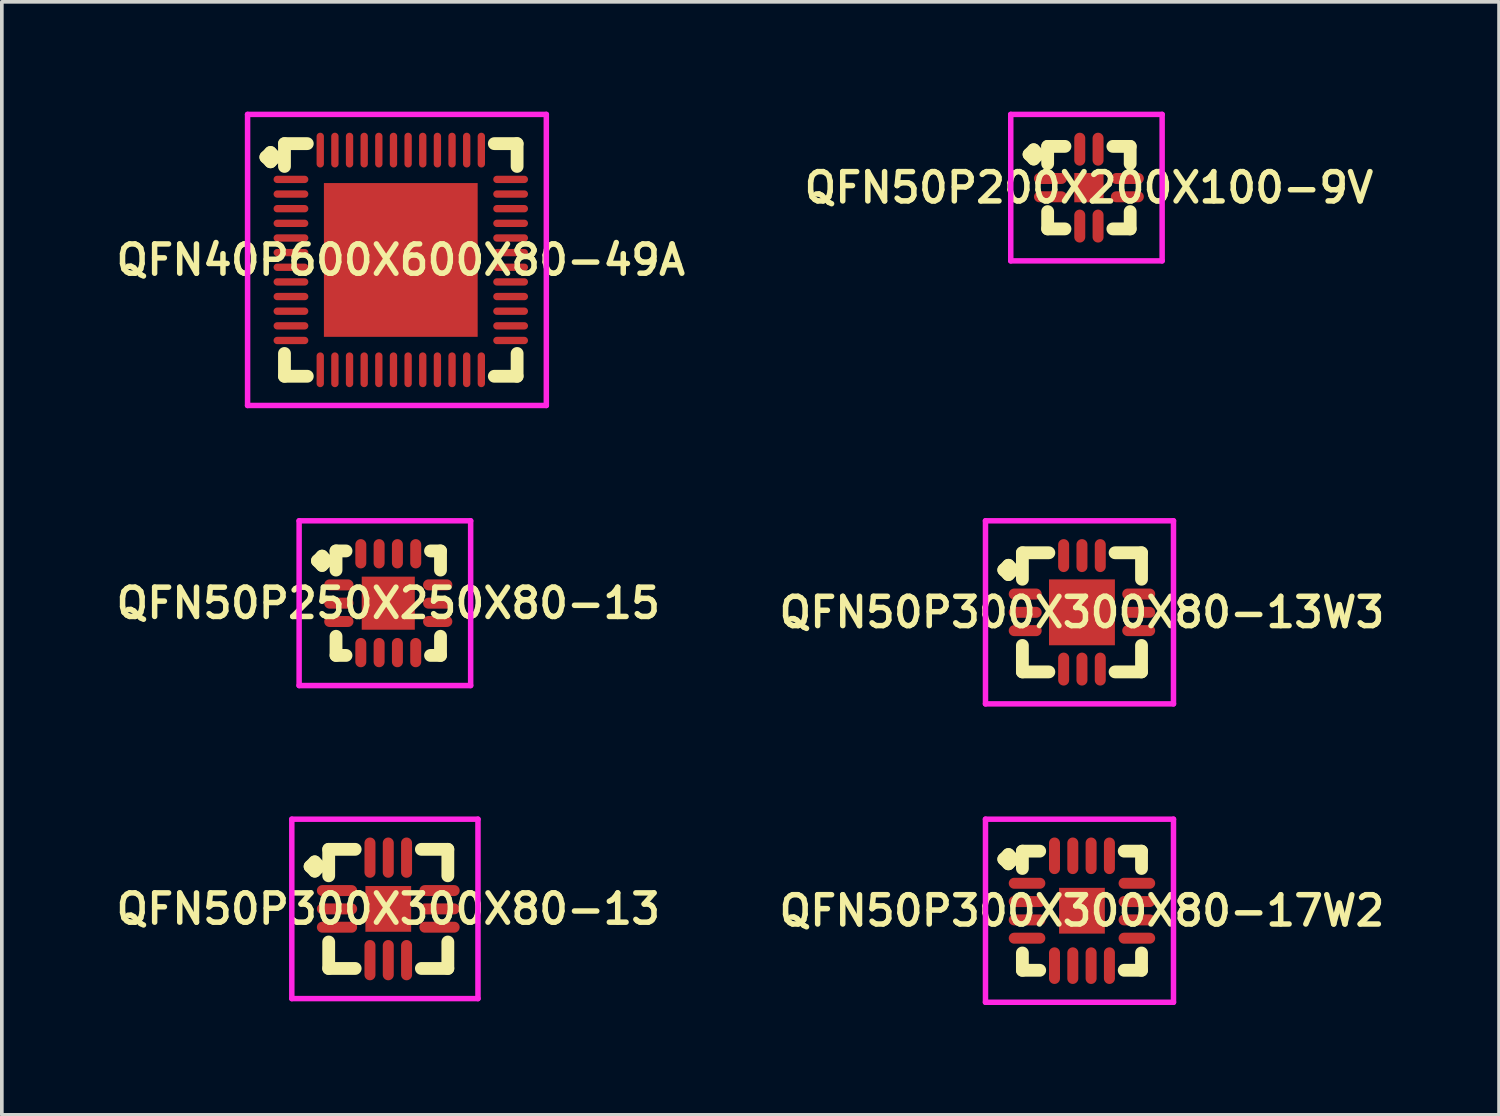
<source format=kicad_pcb>
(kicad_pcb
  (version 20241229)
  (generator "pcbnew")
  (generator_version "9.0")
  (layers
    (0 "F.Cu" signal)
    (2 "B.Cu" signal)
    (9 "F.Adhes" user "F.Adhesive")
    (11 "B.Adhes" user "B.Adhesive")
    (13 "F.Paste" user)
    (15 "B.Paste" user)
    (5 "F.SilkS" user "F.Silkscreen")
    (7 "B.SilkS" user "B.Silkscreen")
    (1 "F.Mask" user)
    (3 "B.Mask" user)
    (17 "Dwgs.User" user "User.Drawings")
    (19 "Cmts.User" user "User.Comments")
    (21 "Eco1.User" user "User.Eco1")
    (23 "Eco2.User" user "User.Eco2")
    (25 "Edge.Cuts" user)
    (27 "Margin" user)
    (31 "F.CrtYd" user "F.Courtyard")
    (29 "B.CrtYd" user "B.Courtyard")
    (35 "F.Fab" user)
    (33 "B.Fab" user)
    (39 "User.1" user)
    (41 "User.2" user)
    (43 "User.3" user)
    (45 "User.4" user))
  (footprint "QFN50P300X300X80-13W3"
    (layer "F.Cu")
    (at 26.502 13.675)
    (property "Reference" "QFN50P300X300X80-13W3" (at 0 0 0) (layer "F.SilkS") (effects (font (size 0.8 0.8) (thickness 0.15))))
    (attr smd)
    (fp_line (start -2.135 -1.158) (end -2.008 -1.285) (stroke (width 0.35) (type solid)) (layer "F.SilkS"))
    (fp_line (start -2.008 -1.285) (end -1.881 -1.158) (stroke (width 0.35) (type solid)) (layer "F.SilkS"))
    (fp_line (start -2.008 -1.031) (end -2.135 -1.158) (stroke (width 0.35) (type solid)) (layer "F.SilkS"))
    (fp_line (start -1.881 -1.158) (end -2.008 -1.031) (stroke (width 0.35) (type solid)) (layer "F.SilkS"))
    (fp_line (start -1.627 -1.627) (end -0.904 -1.627) (stroke (width 0.35) (type solid)) (layer "F.SilkS"))
    (fp_line (start -1.627 -0.904) (end -1.627 -1.627) (stroke (width 0.35) (type solid)) (layer "F.SilkS"))
    (fp_line (start -1.627 0.904) (end -1.627 1.627) (stroke (width 0.35) (type solid)) (layer "F.SilkS"))
    (fp_line (start -1.627 1.627) (end -0.904 1.627) (stroke (width 0.35) (type solid)) (layer "F.SilkS"))
    (fp_line (start 0.904 -1.627) (end 1.627 -1.627) (stroke (width 0.35) (type solid)) (layer "F.SilkS"))
    (fp_line (start 0.904 1.627) (end 1.627 1.627) (stroke (width 0.35) (type solid)) (layer "F.SilkS"))
    (fp_line (start 1.627 -1.627) (end 1.627 -0.904) (stroke (width 0.35) (type solid)) (layer "F.SilkS"))
    (fp_line (start 1.627 1.627) (end 1.627 0.904) (stroke (width 0.35) (type solid)) (layer "F.SilkS"))
    (fp_line (start -2.635 -2.5) (end 2.5 -2.5) (stroke (width 0.15) (type solid)) (layer "F.CrtYd"))
    (fp_line (start -2.635 2.5) (end -2.635 -2.5) (stroke (width 0.15) (type solid)) (layer "F.CrtYd"))
    (fp_line (start 2.5 -2.5) (end 2.5 2.5) (stroke (width 0.15) (type solid)) (layer "F.CrtYd"))
    (fp_line (start 2.5 2.5) (end -2.635 2.5) (stroke (width 0.15) (type solid)) (layer "F.CrtYd"))
    (pad "1" smd oval (at -1.55 -0.5) (size 0.9 0.3) (layers "F.Cu" "F.Mask" "F.Paste"))
    (pad "2" smd oval (at -1.55 0) (size 0.9 0.3) (layers "F.Cu" "F.Mask" "F.Paste"))
    (pad "3" smd oval (at -1.55 0.5) (size 0.9 0.3) (layers "F.Cu" "F.Mask" "F.Paste"))
    (pad "4" smd oval (at -0.5 1.55) (size 0.3 0.9) (layers "F.Cu" "F.Mask" "F.Paste"))
    (pad "5" smd oval (at 0 1.55) (size 0.3 0.9) (layers "F.Cu" "F.Mask" "F.Paste"))
    (pad "6" smd oval (at 0.5 1.55) (size 0.3 0.9) (layers "F.Cu" "F.Mask" "F.Paste"))
    (pad "7" smd oval (at 1.55 0.5) (size 0.9 0.3) (layers "F.Cu" "F.Mask" "F.Paste"))
    (pad "8" smd oval (at 1.55 0) (size 0.9 0.3) (layers "F.Cu" "F.Mask" "F.Paste"))
    (pad "9" smd oval (at 1.55 -0.5) (size 0.9 0.3) (layers "F.Cu" "F.Mask" "F.Paste"))
    (pad "10" smd oval (at 0.5 -1.55) (size 0.3 0.9) (layers "F.Cu" "F.Mask" "F.Paste"))
    (pad "11" smd oval (at 0 -1.55) (size 0.3 0.9) (layers "F.Cu" "F.Mask" "F.Paste"))
    (pad "12" smd oval (at -0.5 -1.55) (size 0.3 0.9) (layers "F.Cu" "F.Mask" "F.Paste"))
    (pad "13" smd rect (at 0 0) (size 1.8 1.8) (layers "F.Cu" "F.Mask" "F.Paste")))
  (footprint "QFN50P300X300X80-17W2"
    (layer "F.Cu")
    (at 26.502 21.825)
    (property "Reference" "QFN50P300X300X80-17W2" (at 0 0 0) (layer "F.SilkS") (effects (font (size 0.8 0.8) (thickness 0.15))))
    (attr smd)
    (fp_line (start -2.135 -1.408) (end -2.008 -1.535) (stroke (width 0.35) (type solid)) (layer "F.SilkS"))
    (fp_line (start -2.008 -1.535) (end -1.881 -1.408) (stroke (width 0.35) (type solid)) (layer "F.SilkS"))
    (fp_line (start -2.008 -1.281) (end -2.135 -1.408) (stroke (width 0.35) (type solid)) (layer "F.SilkS"))
    (fp_line (start -1.881 -1.408) (end -2.008 -1.281) (stroke (width 0.35) (type solid)) (layer "F.SilkS"))
    (fp_line (start -1.627 -1.627) (end -1.154 -1.627) (stroke (width 0.35) (type solid)) (layer "F.SilkS"))
    (fp_line (start -1.627 -1.154) (end -1.627 -1.627) (stroke (width 0.35) (type solid)) (layer "F.SilkS"))
    (fp_line (start -1.627 1.154) (end -1.627 1.627) (stroke (width 0.35) (type solid)) (layer "F.SilkS"))
    (fp_line (start -1.627 1.627) (end -1.154 1.627) (stroke (width 0.35) (type solid)) (layer "F.SilkS"))
    (fp_line (start 1.154 -1.627) (end 1.627 -1.627) (stroke (width 0.35) (type solid)) (layer "F.SilkS"))
    (fp_line (start 1.154 1.627) (end 1.627 1.627) (stroke (width 0.35) (type solid)) (layer "F.SilkS"))
    (fp_line (start 1.627 -1.627) (end 1.627 -1.154) (stroke (width 0.35) (type solid)) (layer "F.SilkS"))
    (fp_line (start 1.627 1.627) (end 1.627 1.154) (stroke (width 0.35) (type solid)) (layer "F.SilkS"))
    (fp_line (start -2.635 -2.5) (end 2.5 -2.5) (stroke (width 0.15) (type solid)) (layer "F.CrtYd"))
    (fp_line (start -2.635 2.5) (end -2.635 -2.5) (stroke (width 0.15) (type solid)) (layer "F.CrtYd"))
    (fp_line (start 2.5 -2.5) (end 2.5 2.5) (stroke (width 0.15) (type solid)) (layer "F.CrtYd"))
    (fp_line (start 2.5 2.5) (end -2.635 2.5) (stroke (width 0.15) (type solid)) (layer "F.CrtYd"))
    (pad "1" smd oval (at -1.5 -0.75) (size 1 0.3) (layers "F.Cu" "F.Mask" "F.Paste"))
    (pad "2" smd oval (at -1.5 -0.25) (size 1 0.3) (layers "F.Cu" "F.Mask" "F.Paste"))
    (pad "3" smd oval (at -1.5 0.25) (size 1 0.3) (layers "F.Cu" "F.Mask" "F.Paste"))
    (pad "4" smd oval (at -1.5 0.75) (size 1 0.3) (layers "F.Cu" "F.Mask" "F.Paste"))
    (pad "5" smd oval (at -0.75 1.5) (size 0.3 1) (layers "F.Cu" "F.Mask" "F.Paste"))
    (pad "6" smd oval (at -0.25 1.5) (size 0.3 1) (layers "F.Cu" "F.Mask" "F.Paste"))
    (pad "7" smd oval (at 0.25 1.5) (size 0.3 1) (layers "F.Cu" "F.Mask" "F.Paste"))
    (pad "8" smd oval (at 0.75 1.5) (size 0.3 1) (layers "F.Cu" "F.Mask" "F.Paste"))
    (pad "9" smd oval (at 1.5 0.75) (size 1 0.3) (layers "F.Cu" "F.Mask" "F.Paste"))
    (pad "10" smd oval (at 1.5 0.25) (size 1 0.3) (layers "F.Cu" "F.Mask" "F.Paste"))
    (pad "11" smd oval (at 1.5 -0.25) (size 1 0.3) (layers "F.Cu" "F.Mask" "F.Paste"))
    (pad "12" smd oval (at 1.5 -0.75) (size 1 0.3) (layers "F.Cu" "F.Mask" "F.Paste"))
    (pad "13" smd oval (at 0.75 -1.5) (size 0.3 1) (layers "F.Cu" "F.Mask" "F.Paste"))
    (pad "14" smd oval (at 0.25 -1.5) (size 0.3 1) (layers "F.Cu" "F.Mask" "F.Paste"))
    (pad "15" smd oval (at -0.25 -1.5) (size 0.3 1) (layers "F.Cu" "F.Mask" "F.Paste"))
    (pad "16" smd oval (at -0.75 -1.5) (size 0.3 1) (layers "F.Cu" "F.Mask" "F.Paste"))
    (pad "17" smd rect (at 0 0) (size 1.25 1.25) (layers "F.Cu" "F.Mask" "F.Paste")))
  (footprint "QFN50P250X250X80-15"
    (layer "F.Cu")
    (at 7.555 13.425)
    (property "Reference" "QFN50P250X250X80-15" (at 0 0 0) (layer "F.SilkS") (effects (font (size 0.8 0.8) (thickness 0.15))))
    (attr smd)
    (fp_line (start -1.935 -1.158) (end -1.808 -1.285) (stroke (width 0.35) (type solid)) (layer "F.SilkS"))
    (fp_line (start -1.808 -1.285) (end -1.681 -1.158) (stroke (width 0.35) (type solid)) (layer "F.SilkS"))
    (fp_line (start -1.808 -1.031) (end -1.935 -1.158) (stroke (width 0.35) (type solid)) (layer "F.SilkS"))
    (fp_line (start -1.681 -1.158) (end -1.808 -1.031) (stroke (width 0.35) (type solid)) (layer "F.SilkS"))
    (fp_line (start -1.427 -1.427) (end -1.154 -1.427) (stroke (width 0.35) (type solid)) (layer "F.SilkS"))
    (fp_line (start -1.427 -0.904) (end -1.427 -1.427) (stroke (width 0.35) (type solid)) (layer "F.SilkS"))
    (fp_line (start -1.427 0.904) (end -1.427 1.427) (stroke (width 0.35) (type solid)) (layer "F.SilkS"))
    (fp_line (start -1.427 1.427) (end -1.154 1.427) (stroke (width 0.35) (type solid)) (layer "F.SilkS"))
    (fp_line (start 1.154 -1.427) (end 1.427 -1.427) (stroke (width 0.35) (type solid)) (layer "F.SilkS"))
    (fp_line (start 1.154 1.427) (end 1.427 1.427) (stroke (width 0.35) (type solid)) (layer "F.SilkS"))
    (fp_line (start 1.427 -1.427) (end 1.427 -0.904) (stroke (width 0.35) (type solid)) (layer "F.SilkS"))
    (fp_line (start 1.427 1.427) (end 1.427 0.904) (stroke (width 0.35) (type solid)) (layer "F.SilkS"))
    (fp_line (start -2.435 -2.25) (end 2.25 -2.25) (stroke (width 0.15) (type solid)) (layer "F.CrtYd"))
    (fp_line (start -2.435 2.25) (end -2.435 -2.25) (stroke (width 0.15) (type solid)) (layer "F.CrtYd"))
    (fp_line (start 2.25 -2.25) (end 2.25 2.25) (stroke (width 0.15) (type solid)) (layer "F.CrtYd"))
    (fp_line (start 2.25 2.25) (end -2.435 2.25) (stroke (width 0.15) (type solid)) (layer "F.CrtYd"))
    (pad "1" smd oval (at -1.35 -0.5) (size 0.8 0.3) (layers "F.Cu" "F.Mask" "F.Paste"))
    (pad "2" smd oval (at -1.35 0) (size 0.8 0.3) (layers "F.Cu" "F.Mask" "F.Paste"))
    (pad "3" smd oval (at -1.35 0.5) (size 0.8 0.3) (layers "F.Cu" "F.Mask" "F.Paste"))
    (pad "4" smd oval (at -0.75 1.35) (size 0.3 0.8) (layers "F.Cu" "F.Mask" "F.Paste"))
    (pad "5" smd oval (at -0.25 1.35) (size 0.3 0.8) (layers "F.Cu" "F.Mask" "F.Paste"))
    (pad "6" smd oval (at 0.25 1.35) (size 0.3 0.8) (layers "F.Cu" "F.Mask" "F.Paste"))
    (pad "7" smd oval (at 0.75 1.35) (size 0.3 0.8) (layers "F.Cu" "F.Mask" "F.Paste"))
    (pad "8" smd oval (at 1.35 0.5) (size 0.8 0.3) (layers "F.Cu" "F.Mask" "F.Paste"))
    (pad "9" smd oval (at 1.35 0) (size 0.8 0.3) (layers "F.Cu" "F.Mask" "F.Paste"))
    (pad "10" smd oval (at 1.35 -0.5) (size 0.8 0.3) (layers "F.Cu" "F.Mask" "F.Paste"))
    (pad "11" smd oval (at 0.75 -1.35) (size 0.3 0.8) (layers "F.Cu" "F.Mask" "F.Paste"))
    (pad "12" smd oval (at 0.25 -1.35) (size 0.3 0.8) (layers "F.Cu" "F.Mask" "F.Paste"))
    (pad "13" smd oval (at -0.25 -1.35) (size 0.3 0.8) (layers "F.Cu" "F.Mask" "F.Paste"))
    (pad "14" smd oval (at -0.75 -1.35) (size 0.3 0.8) (layers "F.Cu" "F.Mask" "F.Paste"))
    (pad "15" smd rect (at 0 0) (size 1.45 1.45) (layers "F.Cu" "F.Mask" "F.Paste")))
  (footprint "QFN50P300X300X80-13"
    (layer "F.Cu")
    (at 7.555 21.775)
    (property "Reference" "QFN50P300X300X80-13" (at 0 0 0) (layer "F.SilkS") (effects (font (size 0.8 0.8) (thickness 0.15))))
    (attr smd)
    (fp_line (start -2.135 -1.158) (end -2.008 -1.285) (stroke (width 0.35) (type solid)) (layer "F.SilkS"))
    (fp_line (start -2.008 -1.285) (end -1.881 -1.158) (stroke (width 0.35) (type solid)) (layer "F.SilkS"))
    (fp_line (start -2.008 -1.031) (end -2.135 -1.158) (stroke (width 0.35) (type solid)) (layer "F.SilkS"))
    (fp_line (start -1.881 -1.158) (end -2.008 -1.031) (stroke (width 0.35) (type solid)) (layer "F.SilkS"))
    (fp_line (start -1.627 -1.627) (end -0.904 -1.627) (stroke (width 0.35) (type solid)) (layer "F.SilkS"))
    (fp_line (start -1.627 -0.904) (end -1.627 -1.627) (stroke (width 0.35) (type solid)) (layer "F.SilkS"))
    (fp_line (start -1.627 0.904) (end -1.627 1.627) (stroke (width 0.35) (type solid)) (layer "F.SilkS"))
    (fp_line (start -1.627 1.627) (end -0.904 1.627) (stroke (width 0.35) (type solid)) (layer "F.SilkS"))
    (fp_line (start 0.904 -1.627) (end 1.627 -1.627) (stroke (width 0.35) (type solid)) (layer "F.SilkS"))
    (fp_line (start 0.904 1.627) (end 1.627 1.627) (stroke (width 0.35) (type solid)) (layer "F.SilkS"))
    (fp_line (start 1.627 -1.627) (end 1.627 -0.904) (stroke (width 0.35) (type solid)) (layer "F.SilkS"))
    (fp_line (start 1.627 1.627) (end 1.627 0.904) (stroke (width 0.35) (type solid)) (layer "F.SilkS"))
    (fp_line (start -2.635 -2.45) (end 2.45 -2.45) (stroke (width 0.15) (type solid)) (layer "F.CrtYd"))
    (fp_line (start -2.635 2.45) (end -2.635 -2.45) (stroke (width 0.15) (type solid)) (layer "F.CrtYd"))
    (fp_line (start 2.45 -2.45) (end 2.45 2.45) (stroke (width 0.15) (type solid)) (layer "F.CrtYd"))
    (fp_line (start 2.45 2.45) (end -2.635 2.45) (stroke (width 0.15) (type solid)) (layer "F.CrtYd"))
    (pad "1" smd oval (at -1.4 -0.5) (size 1.1 0.3) (layers "F.Cu" "F.Mask" "F.Paste"))
    (pad "2" smd oval (at -1.4 0) (size 1.1 0.3) (layers "F.Cu" "F.Mask" "F.Paste"))
    (pad "3" smd oval (at -1.4 0.5) (size 1.1 0.3) (layers "F.Cu" "F.Mask" "F.Paste"))
    (pad "4" smd oval (at -0.5 1.4) (size 0.3 1.1) (layers "F.Cu" "F.Mask" "F.Paste"))
    (pad "5" smd oval (at 0 1.4) (size 0.3 1.1) (layers "F.Cu" "F.Mask" "F.Paste"))
    (pad "6" smd oval (at 0.5 1.4) (size 0.3 1.1) (layers "F.Cu" "F.Mask" "F.Paste"))
    (pad "7" smd oval (at 1.4 0.5) (size 1.1 0.3) (layers "F.Cu" "F.Mask" "F.Paste"))
    (pad "8" smd oval (at 1.4 0) (size 1.1 0.3) (layers "F.Cu" "F.Mask" "F.Paste"))
    (pad "9" smd oval (at 1.4 -0.5) (size 1.1 0.3) (layers "F.Cu" "F.Mask" "F.Paste"))
    (pad "10" smd oval (at 0.5 -1.4) (size 0.3 1.1) (layers "F.Cu" "F.Mask" "F.Paste"))
    (pad "11" smd oval (at 0 -1.4) (size 0.3 1.1) (layers "F.Cu" "F.Mask" "F.Paste"))
    (pad "12" smd oval (at -0.5 -1.4) (size 0.3 1.1) (layers "F.Cu" "F.Mask" "F.Paste"))
    (pad "13" smd rect (at 0 0) (size 1.25 1.25) (layers "F.Cu" "F.Mask" "F.Paste")))
  (footprint "QFN50P200X200X100-9V"
    (layer "F.Cu")
    (at 26.692 2.075)
    (property "Reference" "QFN50P200X200X100-9V" (at 0 0 0) (layer "F.SilkS") (effects (font (size 0.8 0.8) (thickness 0.15))))
    (attr smd)
    (fp_line (start -1.635 -0.908) (end -1.508 -1.035) (stroke (width 0.35) (type solid)) (layer "F.SilkS"))
    (fp_line (start -1.508 -1.035) (end -1.381 -0.908) (stroke (width 0.35) (type solid)) (layer "F.SilkS"))
    (fp_line (start -1.508 -0.781) (end -1.635 -0.908) (stroke (width 0.35) (type solid)) (layer "F.SilkS"))
    (fp_line (start -1.381 -0.908) (end -1.508 -0.781) (stroke (width 0.35) (type solid)) (layer "F.SilkS"))
    (fp_line (start -1.127 -1.127) (end -0.654 -1.127) (stroke (width 0.35) (type solid)) (layer "F.SilkS"))
    (fp_line (start -1.127 -0.654) (end -1.127 -1.127) (stroke (width 0.35) (type solid)) (layer "F.SilkS"))
    (fp_line (start -1.127 0.654) (end -1.127 1.127) (stroke (width 0.35) (type solid)) (layer "F.SilkS"))
    (fp_line (start -1.127 1.127) (end -0.654 1.127) (stroke (width 0.35) (type solid)) (layer "F.SilkS"))
    (fp_line (start 0.654 -1.127) (end 1.127 -1.127) (stroke (width 0.35) (type solid)) (layer "F.SilkS"))
    (fp_line (start 0.654 1.127) (end 1.127 1.127) (stroke (width 0.35) (type solid)) (layer "F.SilkS"))
    (fp_line (start 1.127 -1.127) (end 1.127 -0.654) (stroke (width 0.35) (type solid)) (layer "F.SilkS"))
    (fp_line (start 1.127 1.127) (end 1.127 0.654) (stroke (width 0.35) (type solid)) (layer "F.SilkS"))
    (fp_line (start -2.135 -2) (end 2 -2) (stroke (width 0.15) (type solid)) (layer "F.CrtYd"))
    (fp_line (start -2.135 2) (end -2.135 -2) (stroke (width 0.15) (type solid)) (layer "F.CrtYd"))
    (fp_line (start 2 -2) (end 2 2) (stroke (width 0.15) (type solid)) (layer "F.CrtYd"))
    (fp_line (start 2 2) (end -2.135 2) (stroke (width 0.15) (type solid)) (layer "F.CrtYd"))
    (pad "1" smd oval (at -1.05 -0.25) (size 0.9 0.3) (layers "F.Cu" "F.Mask" "F.Paste"))
    (pad "2" smd oval (at -1.05 0.25) (size 0.9 0.3) (layers "F.Cu" "F.Mask" "F.Paste"))
    (pad "3" smd oval (at -0.25 1.05) (size 0.3 0.9) (layers "F.Cu" "F.Mask" "F.Paste"))
    (pad "4" smd oval (at 0.25 1.05) (size 0.3 0.9) (layers "F.Cu" "F.Mask" "F.Paste"))
    (pad "5" smd oval (at 1.05 0.25) (size 0.9 0.3) (layers "F.Cu" "F.Mask" "F.Paste"))
    (pad "6" smd oval (at 1.05 -0.25) (size 0.9 0.3) (layers "F.Cu" "F.Mask" "F.Paste"))
    (pad "7" smd oval (at 0.25 -1.05) (size 0.3 0.9) (layers "F.Cu" "F.Mask" "F.Paste"))
    (pad "8" smd oval (at -0.25 -1.05) (size 0.3 0.9) (layers "F.Cu" "F.Mask" "F.Paste"))
    (pad "9" smd rect (at 0 0) (size 0.8 0.8) (layers "F.Cu" "F.Mask" "F.Paste")))
  (footprint "QFN40P600X600X80-49A"
    (layer "F.Cu")
    (at 7.897 4.05)
    (property "Reference" "QFN40P600X600X80-49A" (at 0 0 0) (layer "F.SilkS") (effects (font (size 0.8 0.8) (thickness 0.15))))
    (attr smd)
    (fp_line (start -3.685 -2.808) (end -3.558 -2.935) (stroke (width 0.35) (type solid)) (layer "F.SilkS"))
    (fp_line (start -3.558 -2.935) (end -3.431 -2.808) (stroke (width 0.35) (type solid)) (layer "F.SilkS"))
    (fp_line (start -3.558 -2.681) (end -3.685 -2.808) (stroke (width 0.35) (type solid)) (layer "F.SilkS"))
    (fp_line (start -3.431 -2.808) (end -3.558 -2.681) (stroke (width 0.35) (type solid)) (layer "F.SilkS"))
    (fp_line (start -3.177 -3.177) (end -2.554 -3.177) (stroke (width 0.35) (type solid)) (layer "F.SilkS"))
    (fp_line (start -3.177 -2.554) (end -3.177 -3.177) (stroke (width 0.35) (type solid)) (layer "F.SilkS"))
    (fp_line (start -3.177 2.554) (end -3.177 3.177) (stroke (width 0.35) (type solid)) (layer "F.SilkS"))
    (fp_line (start -3.177 3.177) (end -2.554 3.177) (stroke (width 0.35) (type solid)) (layer "F.SilkS"))
    (fp_line (start 2.554 -3.177) (end 3.177 -3.177) (stroke (width 0.35) (type solid)) (layer "F.SilkS"))
    (fp_line (start 2.554 3.177) (end 3.177 3.177) (stroke (width 0.35) (type solid)) (layer "F.SilkS"))
    (fp_line (start 3.177 -3.177) (end 3.177 -2.554) (stroke (width 0.35) (type solid)) (layer "F.SilkS"))
    (fp_line (start 3.177 3.177) (end 3.177 2.554) (stroke (width 0.35) (type solid)) (layer "F.SilkS"))
    (fp_line (start -4.185 -3.975) (end 3.975 -3.975) (stroke (width 0.15) (type solid)) (layer "F.CrtYd"))
    (fp_line (start -4.185 3.975) (end -4.185 -3.975) (stroke (width 0.15) (type solid)) (layer "F.CrtYd"))
    (fp_line (start 3.975 -3.975) (end 3.975 3.975) (stroke (width 0.15) (type solid)) (layer "F.CrtYd"))
    (fp_line (start 3.975 3.975) (end -4.185 3.975) (stroke (width 0.15) (type solid)) (layer "F.CrtYd"))
    (pad "1" smd oval (at -3 -2.2) (size 0.95 0.2) (layers "F.Cu" "F.Mask" "F.Paste"))
    (pad "2" smd oval (at -3 -1.8) (size 0.95 0.2) (layers "F.Cu" "F.Mask" "F.Paste"))
    (pad "3" smd oval (at -3 -1.4) (size 0.95 0.2) (layers "F.Cu" "F.Mask" "F.Paste"))
    (pad "4" smd oval (at -3 -1) (size 0.95 0.2) (layers "F.Cu" "F.Mask" "F.Paste"))
    (pad "5" smd oval (at -3 -0.6) (size 0.95 0.2) (layers "F.Cu" "F.Mask" "F.Paste"))
    (pad "6" smd oval (at -3 -0.2) (size 0.95 0.2) (layers "F.Cu" "F.Mask" "F.Paste"))
    (pad "7" smd oval (at -3 0.2) (size 0.95 0.2) (layers "F.Cu" "F.Mask" "F.Paste"))
    (pad "8" smd oval (at -3 0.6) (size 0.95 0.2) (layers "F.Cu" "F.Mask" "F.Paste"))
    (pad "9" smd oval (at -3 1) (size 0.95 0.2) (layers "F.Cu" "F.Mask" "F.Paste"))
    (pad "10" smd oval (at -3 1.4) (size 0.95 0.2) (layers "F.Cu" "F.Mask" "F.Paste"))
    (pad "11" smd oval (at -3 1.8) (size 0.95 0.2) (layers "F.Cu" "F.Mask" "F.Paste"))
    (pad "12" smd oval (at -3 2.2) (size 0.95 0.2) (layers "F.Cu" "F.Mask" "F.Paste"))
    (pad "13" smd oval (at -2.2 3) (size 0.2 0.95) (layers "F.Cu" "F.Mask" "F.Paste"))
    (pad "14" smd oval (at -1.8 3) (size 0.2 0.95) (layers "F.Cu" "F.Mask" "F.Paste"))
    (pad "15" smd oval (at -1.4 3) (size 0.2 0.95) (layers "F.Cu" "F.Mask" "F.Paste"))
    (pad "16" smd oval (at -1 3) (size 0.2 0.95) (layers "F.Cu" "F.Mask" "F.Paste"))
    (pad "17" smd oval (at -0.6 3) (size 0.2 0.95) (layers "F.Cu" "F.Mask" "F.Paste"))
    (pad "18" smd oval (at -0.2 3) (size 0.2 0.95) (layers "F.Cu" "F.Mask" "F.Paste"))
    (pad "19" smd oval (at 0.2 3) (size 0.2 0.95) (layers "F.Cu" "F.Mask" "F.Paste"))
    (pad "20" smd oval (at 0.6 3) (size 0.2 0.95) (layers "F.Cu" "F.Mask" "F.Paste"))
    (pad "21" smd oval (at 1 3) (size 0.2 0.95) (layers "F.Cu" "F.Mask" "F.Paste"))
    (pad "22" smd oval (at 1.4 3) (size 0.2 0.95) (layers "F.Cu" "F.Mask" "F.Paste"))
    (pad "23" smd oval (at 1.8 3) (size 0.2 0.95) (layers "F.Cu" "F.Mask" "F.Paste"))
    (pad "24" smd oval (at 2.2 3) (size 0.2 0.95) (layers "F.Cu" "F.Mask" "F.Paste"))
    (pad "25" smd oval (at 3 2.2) (size 0.95 0.2) (layers "F.Cu" "F.Mask" "F.Paste"))
    (pad "26" smd oval (at 3 1.8) (size 0.95 0.2) (layers "F.Cu" "F.Mask" "F.Paste"))
    (pad "27" smd oval (at 3 1.4) (size 0.95 0.2) (layers "F.Cu" "F.Mask" "F.Paste"))
    (pad "28" smd oval (at 3 1) (size 0.95 0.2) (layers "F.Cu" "F.Mask" "F.Paste"))
    (pad "29" smd oval (at 3 0.6) (size 0.95 0.2) (layers "F.Cu" "F.Mask" "F.Paste"))
    (pad "30" smd oval (at 3 0.2) (size 0.95 0.2) (layers "F.Cu" "F.Mask" "F.Paste"))
    (pad "31" smd oval (at 3 -0.2) (size 0.95 0.2) (layers "F.Cu" "F.Mask" "F.Paste"))
    (pad "32" smd oval (at 3 -0.6) (size 0.95 0.2) (layers "F.Cu" "F.Mask" "F.Paste"))
    (pad "33" smd oval (at 3 -1) (size 0.95 0.2) (layers "F.Cu" "F.Mask" "F.Paste"))
    (pad "34" smd oval (at 3 -1.4) (size 0.95 0.2) (layers "F.Cu" "F.Mask" "F.Paste"))
    (pad "35" smd oval (at 3 -1.8) (size 0.95 0.2) (layers "F.Cu" "F.Mask" "F.Paste"))
    (pad "36" smd oval (at 3 -2.2) (size 0.95 0.2) (layers "F.Cu" "F.Mask" "F.Paste"))
    (pad "37" smd oval (at 2.2 -3) (size 0.2 0.95) (layers "F.Cu" "F.Mask" "F.Paste"))
    (pad "38" smd oval (at 1.8 -3) (size 0.2 0.95) (layers "F.Cu" "F.Mask" "F.Paste"))
    (pad "39" smd oval (at 1.4 -3) (size 0.2 0.95) (layers "F.Cu" "F.Mask" "F.Paste"))
    (pad "40" smd oval (at 1 -3) (size 0.2 0.95) (layers "F.Cu" "F.Mask" "F.Paste"))
    (pad "41" smd oval (at 0.6 -3) (size 0.2 0.95) (layers "F.Cu" "F.Mask" "F.Paste"))
    (pad "42" smd oval (at 0.2 -3) (size 0.2 0.95) (layers "F.Cu" "F.Mask" "F.Paste"))
    (pad "43" smd oval (at -0.2 -3) (size 0.2 0.95) (layers "F.Cu" "F.Mask" "F.Paste"))
    (pad "44" smd oval (at -0.6 -3) (size 0.2 0.95) (layers "F.Cu" "F.Mask" "F.Paste"))
    (pad "45" smd oval (at -1 -3) (size 0.2 0.95) (layers "F.Cu" "F.Mask" "F.Paste"))
    (pad "46" smd oval (at -1.4 -3) (size 0.2 0.95) (layers "F.Cu" "F.Mask" "F.Paste"))
    (pad "47" smd oval (at -1.8 -3) (size 0.2 0.95) (layers "F.Cu" "F.Mask" "F.Paste"))
    (pad "48" smd oval (at -2.2 -3) (size 0.2 0.95) (layers "F.Cu" "F.Mask" "F.Paste"))
    (pad "49" smd rect (at 0 0) (size 4.2 4.2) (layers "F.Cu" "F.Mask" "F.Paste")))
  (gr_rect
    (start -3 -3)
    (end 37.894 27.4)
    (stroke (width 0.1) (type default))
    (fill no)
    (layer "Edge.Cuts")))
</source>
